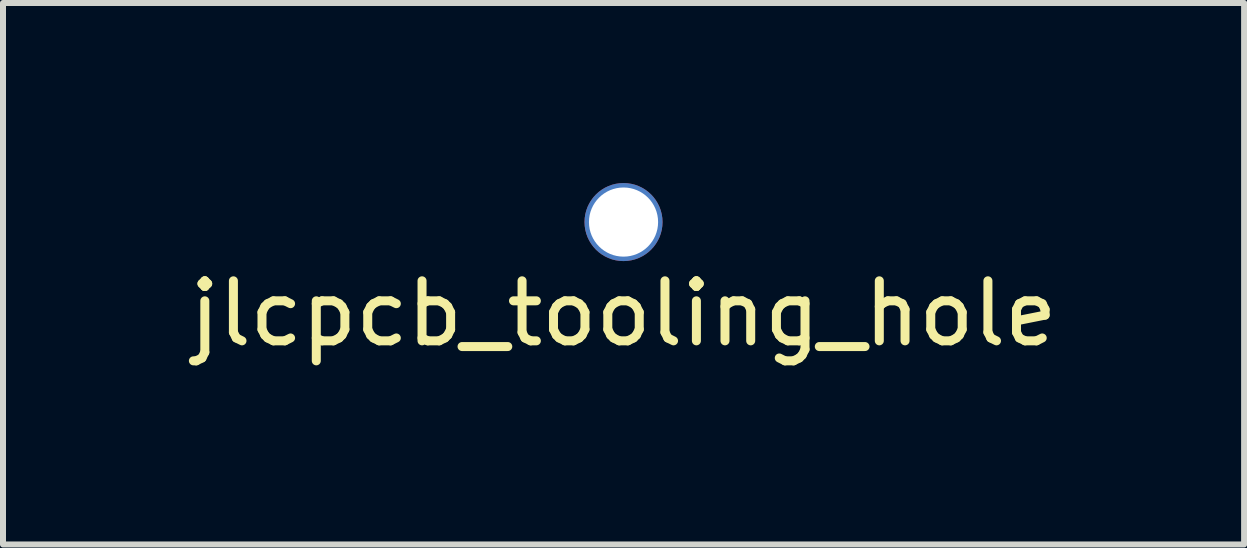
<source format=kicad_pcb>
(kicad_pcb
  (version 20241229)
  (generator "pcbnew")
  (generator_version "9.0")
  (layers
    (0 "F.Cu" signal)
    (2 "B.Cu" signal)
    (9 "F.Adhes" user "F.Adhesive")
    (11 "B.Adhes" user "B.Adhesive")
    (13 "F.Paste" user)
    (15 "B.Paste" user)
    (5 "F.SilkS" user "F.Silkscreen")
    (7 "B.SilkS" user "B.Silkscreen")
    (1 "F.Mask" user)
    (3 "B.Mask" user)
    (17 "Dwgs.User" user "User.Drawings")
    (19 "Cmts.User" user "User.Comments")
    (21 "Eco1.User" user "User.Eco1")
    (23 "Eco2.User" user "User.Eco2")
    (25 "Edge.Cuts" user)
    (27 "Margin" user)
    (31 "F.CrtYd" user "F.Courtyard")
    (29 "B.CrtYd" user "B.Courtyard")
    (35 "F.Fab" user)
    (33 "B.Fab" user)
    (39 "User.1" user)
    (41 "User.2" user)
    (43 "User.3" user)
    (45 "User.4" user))
  (footprint "jlcpcb_tooling_hole"
    (layer "F.Cu")
    (at 7.339 0.65)
    (property "Reference" "jlcpcb_tooling_hole" (at 0 1.524 0) (layer "F.SilkS") (effects (font (size 1 1) (thickness 0.15))))
    (attr through_hole)
    (pad "" np_thru_hole circle (at 0 0) (size 1.3 1.3) (drill 1.152) (layers "*.Cu" "*.Mask")))
  (gr_rect
    (start -3 -3)
    (end 17.679 6.022)
    (stroke (width 0.1) (type default))
    (fill no)
    (layer "Edge.Cuts")))
</source>
